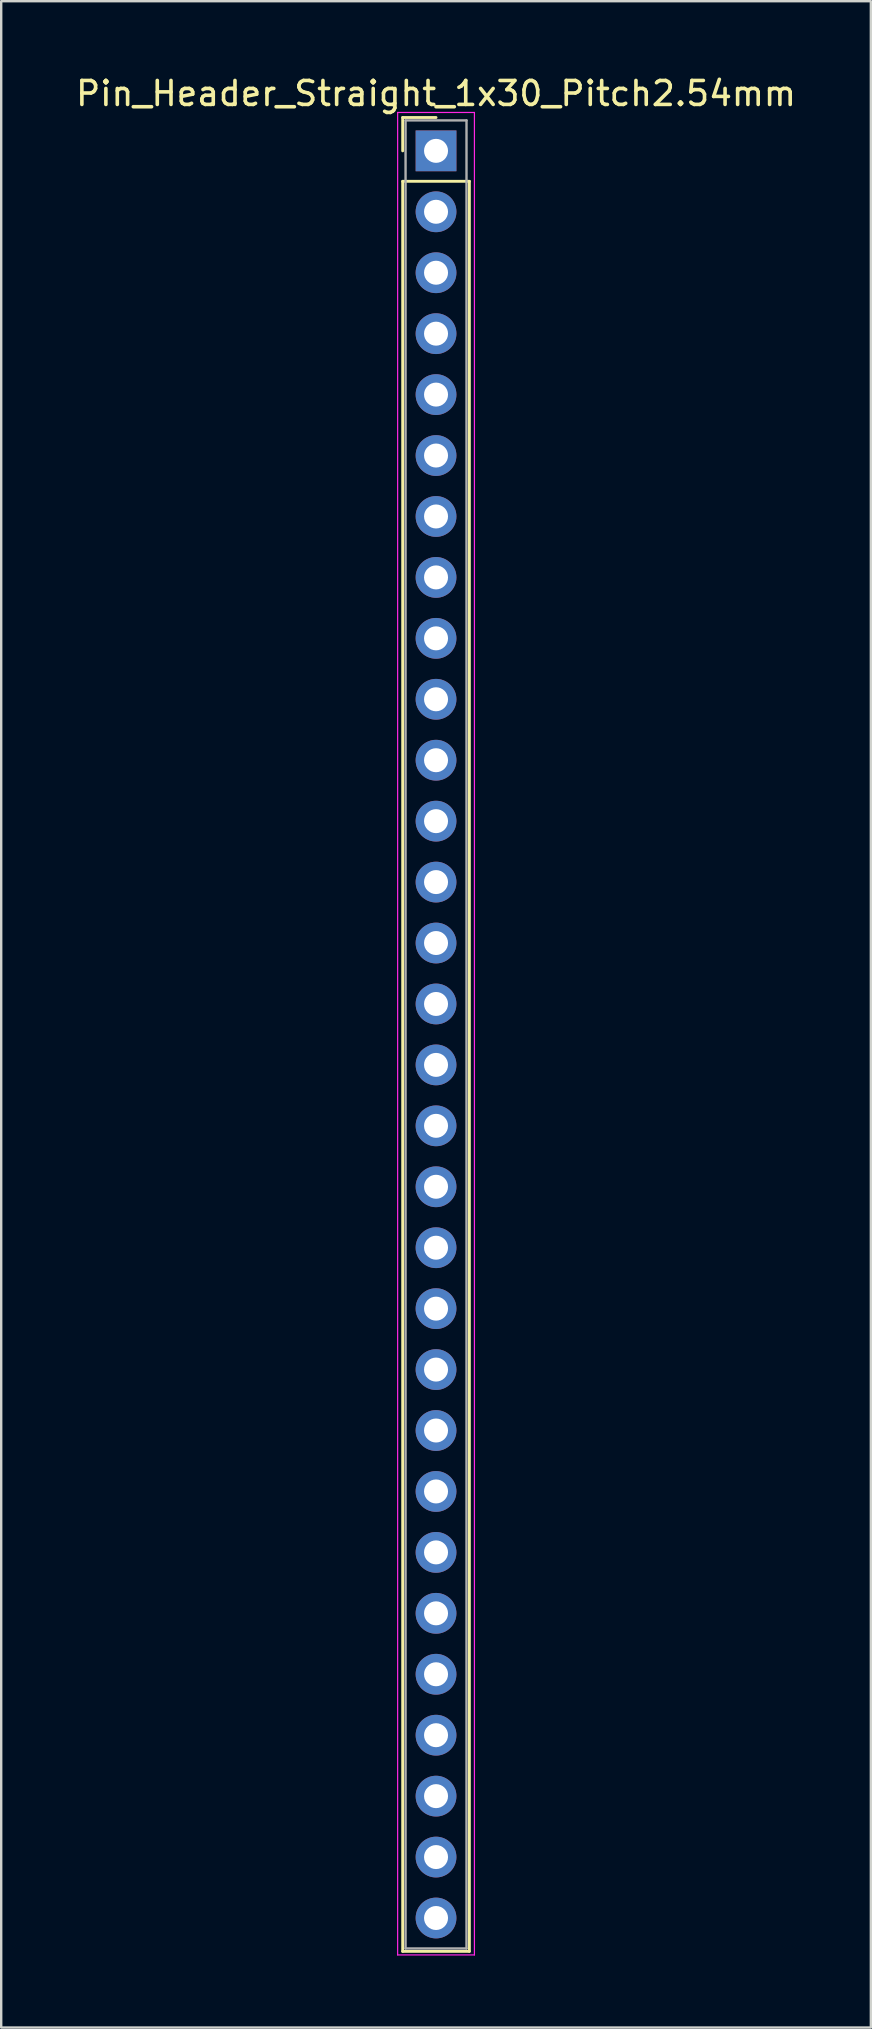
<source format=kicad_pcb>
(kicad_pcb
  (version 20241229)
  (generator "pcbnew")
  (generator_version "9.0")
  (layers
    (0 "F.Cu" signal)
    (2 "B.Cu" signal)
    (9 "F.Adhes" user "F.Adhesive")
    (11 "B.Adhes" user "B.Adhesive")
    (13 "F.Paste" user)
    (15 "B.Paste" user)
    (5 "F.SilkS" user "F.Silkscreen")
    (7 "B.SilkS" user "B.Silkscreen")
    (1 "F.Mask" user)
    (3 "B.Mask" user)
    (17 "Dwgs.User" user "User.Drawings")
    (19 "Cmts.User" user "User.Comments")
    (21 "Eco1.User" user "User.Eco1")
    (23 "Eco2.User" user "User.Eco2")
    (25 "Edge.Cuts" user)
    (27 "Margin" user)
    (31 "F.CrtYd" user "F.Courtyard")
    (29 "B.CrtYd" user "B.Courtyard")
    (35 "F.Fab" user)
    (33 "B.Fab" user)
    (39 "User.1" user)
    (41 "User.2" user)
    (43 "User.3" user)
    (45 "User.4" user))
  (footprint "Pin_Header_Straight_1x30_Pitch2.54mm"
    (layer "F.Cu")
    (at 15.125 3.238)
    (property "Reference" "Pin_Header_Straight_1x30_Pitch2.54mm" (at 0 -2.39 0) (layer "F.SilkS") (effects (font (size 1 1) (thickness 0.15))))
    (attr through_hole)
    (fp_line (start -1.39 -1.39) (end 0 -1.39) (stroke (width 0.12) (type solid)) (layer "F.SilkS"))
    (fp_line (start -1.39 0) (end -1.39 -1.39) (stroke (width 0.12) (type solid)) (layer "F.SilkS"))
    (fp_line (start -1.39 1.27) (end -1.39 75.05) (stroke (width 0.12) (type solid)) (layer "F.SilkS"))
    (fp_line (start -1.39 75.05) (end 1.39 75.05) (stroke (width 0.12) (type solid)) (layer "F.SilkS"))
    (fp_line (start 1.39 1.27) (end -1.39 1.27) (stroke (width 0.12) (type solid)) (layer "F.SilkS"))
    (fp_line (start 1.39 75.05) (end 1.39 1.27) (stroke (width 0.12) (type solid)) (layer "F.SilkS"))
    (fp_line (start -1.6 -1.6) (end -1.6 75.2) (stroke (width 0.05) (type solid)) (layer "F.CrtYd"))
    (fp_line (start -1.6 75.2) (end 1.6 75.2) (stroke (width 0.05) (type solid)) (layer "F.CrtYd"))
    (fp_line (start 1.6 -1.6) (end -1.6 -1.6) (stroke (width 0.05) (type solid)) (layer "F.CrtYd"))
    (fp_line (start 1.6 75.2) (end 1.6 -1.6) (stroke (width 0.05) (type solid)) (layer "F.CrtYd"))
    (fp_line (start -1.27 -1.27) (end -1.27 74.93) (stroke (width 0.1) (type solid)) (layer "F.Fab"))
    (fp_line (start -1.27 74.93) (end 1.27 74.93) (stroke (width 0.1) (type solid)) (layer "F.Fab"))
    (fp_line (start 1.27 -1.27) (end -1.27 -1.27) (stroke (width 0.1) (type solid)) (layer "F.Fab"))
    (fp_line (start 1.27 74.93) (end 1.27 -1.27) (stroke (width 0.1) (type solid)) (layer "F.Fab"))
    (pad "1" thru_hole rect (at 0 0) (size 1.7 1.7) (drill 1) (layers "*.Cu" "*.Mask"))
    (pad "2" thru_hole oval (at 0 2.54) (size 1.7 1.7) (drill 1) (layers "*.Cu" "*.Mask"))
    (pad "3" thru_hole oval (at 0 5.08) (size 1.7 1.7) (drill 1) (layers "*.Cu" "*.Mask"))
    (pad "4" thru_hole oval (at 0 7.62) (size 1.7 1.7) (drill 1) (layers "*.Cu" "*.Mask"))
    (pad "5" thru_hole oval (at 0 10.16) (size 1.7 1.7) (drill 1) (layers "*.Cu" "*.Mask"))
    (pad "6" thru_hole oval (at 0 12.7) (size 1.7 1.7) (drill 1) (layers "*.Cu" "*.Mask"))
    (pad "7" thru_hole oval (at 0 15.24) (size 1.7 1.7) (drill 1) (layers "*.Cu" "*.Mask"))
    (pad "8" thru_hole oval (at 0 17.78) (size 1.7 1.7) (drill 1) (layers "*.Cu" "*.Mask"))
    (pad "9" thru_hole oval (at 0 20.32) (size 1.7 1.7) (drill 1) (layers "*.Cu" "*.Mask"))
    (pad "10" thru_hole oval (at 0 22.86) (size 1.7 1.7) (drill 1) (layers "*.Cu" "*.Mask"))
    (pad "11" thru_hole oval (at 0 25.4) (size 1.7 1.7) (drill 1) (layers "*.Cu" "*.Mask"))
    (pad "12" thru_hole oval (at 0 27.94) (size 1.7 1.7) (drill 1) (layers "*.Cu" "*.Mask"))
    (pad "13" thru_hole oval (at 0 30.48) (size 1.7 1.7) (drill 1) (layers "*.Cu" "*.Mask"))
    (pad "14" thru_hole oval (at 0 33.02) (size 1.7 1.7) (drill 1) (layers "*.Cu" "*.Mask"))
    (pad "15" thru_hole oval (at 0 35.56) (size 1.7 1.7) (drill 1) (layers "*.Cu" "*.Mask"))
    (pad "16" thru_hole oval (at 0 38.1) (size 1.7 1.7) (drill 1) (layers "*.Cu" "*.Mask"))
    (pad "17" thru_hole oval (at 0 40.64) (size 1.7 1.7) (drill 1) (layers "*.Cu" "*.Mask"))
    (pad "18" thru_hole oval (at 0 43.18) (size 1.7 1.7) (drill 1) (layers "*.Cu" "*.Mask"))
    (pad "19" thru_hole oval (at 0 45.72) (size 1.7 1.7) (drill 1) (layers "*.Cu" "*.Mask"))
    (pad "20" thru_hole oval (at 0 48.26) (size 1.7 1.7) (drill 1) (layers "*.Cu" "*.Mask"))
    (pad "21" thru_hole oval (at 0 50.8) (size 1.7 1.7) (drill 1) (layers "*.Cu" "*.Mask"))
    (pad "22" thru_hole oval (at 0 53.34) (size 1.7 1.7) (drill 1) (layers "*.Cu" "*.Mask"))
    (pad "23" thru_hole oval (at 0 55.88) (size 1.7 1.7) (drill 1) (layers "*.Cu" "*.Mask"))
    (pad "24" thru_hole oval (at 0 58.42) (size 1.7 1.7) (drill 1) (layers "*.Cu" "*.Mask"))
    (pad "25" thru_hole oval (at 0 60.96) (size 1.7 1.7) (drill 1) (layers "*.Cu" "*.Mask"))
    (pad "26" thru_hole oval (at 0 63.5) (size 1.7 1.7) (drill 1) (layers "*.Cu" "*.Mask"))
    (pad "27" thru_hole oval (at 0 66.04) (size 1.7 1.7) (drill 1) (layers "*.Cu" "*.Mask"))
    (pad "28" thru_hole oval (at 0 68.58) (size 1.7 1.7) (drill 1) (layers "*.Cu" "*.Mask"))
    (pad "29" thru_hole oval (at 0 71.12) (size 1.7 1.7) (drill 1) (layers "*.Cu" "*.Mask"))
    (pad "30" thru_hole oval (at 0 73.66) (size 1.7 1.7) (drill 1) (layers "*.Cu" "*.Mask")))
  (gr_rect
    (start -3 -3)
    (end 33.25 81.463)
    (stroke (width 0.1) (type default))
    (fill no)
    (layer "Edge.Cuts")))
</source>
